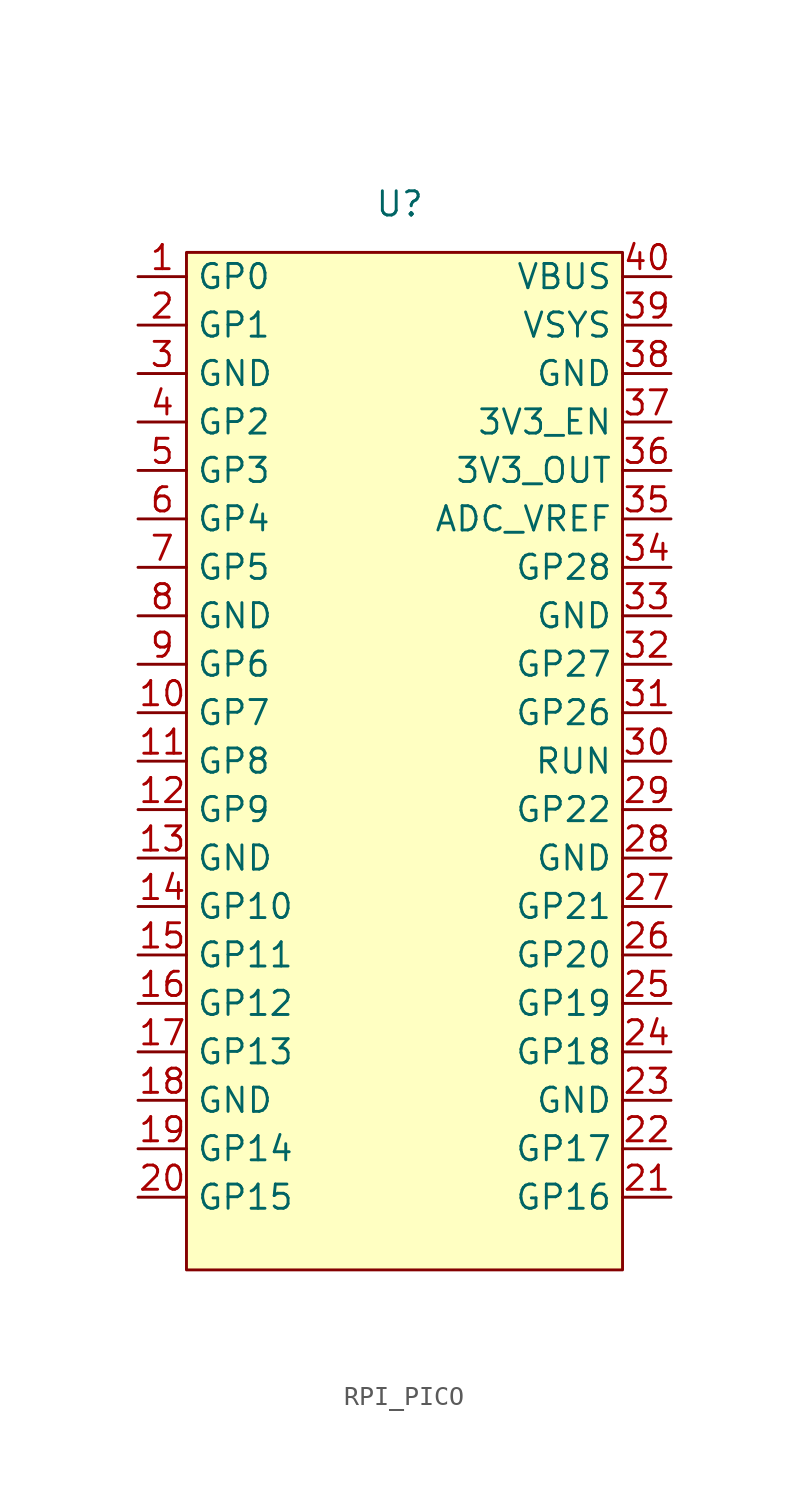
<source format=kicad_sym>
(kicad_symbol_lib
  (version 20231120)
  (generator "kicad_symbol_editor")
  (generator_version "8.0")
  (symbol "RPI_PICO"
    (property "Reference" "U"
      (at -1.524 27.94 0)
      (effects (font (size 1.27 1.27))))
    (property "Value" ""
      (at -5.08 7.62 0)
      (effects (font (size 1.27 1.27))))
    (symbol "RPI_PICO_1_1"
      (rectangle (start -12.7 25.4) (end 10.16 -27.94) (stroke (width 0) (type default)) (fill (type background)))
      (pin bidirectional line (at -15.24 24.13 0) (length 2.54) (name "GP0" (effects (font (size 1.27 1.27)))) (number "1" (effects (font (size 1.27 1.27)))))
      (pin bidirectional line (at -15.24 1.27 0) (length 2.54) (name "GP7" (effects (font (size 1.27 1.27)))) (number "10" (effects (font (size 1.27 1.27)))))
      (pin bidirectional line (at -15.24 -1.27 0) (length 2.54) (name "GP8" (effects (font (size 1.27 1.27)))) (number "11" (effects (font (size 1.27 1.27)))))
      (pin bidirectional line (at -15.24 -3.81 0) (length 2.54) (name "GP9" (effects (font (size 1.27 1.27)))) (number "12" (effects (font (size 1.27 1.27)))))
      (pin power_out line (at -15.24 -6.35 0) (length 2.54) (name "GND" (effects (font (size 1.27 1.27)))) (number "13" (effects (font (size 1.27 1.27)))))
      (pin bidirectional line (at -15.24 -8.89 0) (length 2.54) (name "GP10" (effects (font (size 1.27 1.27)))) (number "14" (effects (font (size 1.27 1.27)))))
      (pin bidirectional line (at -15.24 -11.43 0) (length 2.54) (name "GP11" (effects (font (size 1.27 1.27)))) (number "15" (effects (font (size 1.27 1.27)))))
      (pin bidirectional line (at -15.24 -13.97 0) (length 2.54) (name "GP12" (effects (font (size 1.27 1.27)))) (number "16" (effects (font (size 1.27 1.27)))))
      (pin bidirectional line (at -15.24 -16.51 0) (length 2.54) (name "GP13" (effects (font (size 1.27 1.27)))) (number "17" (effects (font (size 1.27 1.27)))))
      (pin power_out line (at -15.24 -19.05 0) (length 2.54) (name "GND" (effects (font (size 1.27 1.27)))) (number "18" (effects (font (size 1.27 1.27)))))
      (pin bidirectional line (at -15.24 -21.59 0) (length 2.54) (name "GP14" (effects (font (size 1.27 1.27)))) (number "19" (effects (font (size 1.27 1.27)))))
      (pin bidirectional line (at -15.24 21.59 0) (length 2.54) (name "GP1" (effects (font (size 1.27 1.27)))) (number "2" (effects (font (size 1.27 1.27)))))
      (pin bidirectional line (at -15.24 -24.13 0) (length 2.54) (name "GP15" (effects (font (size 1.27 1.27)))) (number "20" (effects (font (size 1.27 1.27)))))
      (pin bidirectional line (at 12.7 -24.13 180) (length 2.54) (name "GP16" (effects (font (size 1.27 1.27)))) (number "21" (effects (font (size 1.27 1.27)))))
      (pin bidirectional line (at 12.7 -21.59 180) (length 2.54) (name "GP17" (effects (font (size 1.27 1.27)))) (number "22" (effects (font (size 1.27 1.27)))))
      (pin power_out line (at 12.7 -19.05 180) (length 2.54) (name "GND" (effects (font (size 1.27 1.27)))) (number "23" (effects (font (size 1.27 1.27)))))
      (pin bidirectional line (at 12.7 -16.51 180) (length 2.54) (name "GP18" (effects (font (size 1.27 1.27)))) (number "24" (effects (font (size 1.27 1.27)))))
      (pin bidirectional line (at 12.7 -13.97 180) (length 2.54) (name "GP19" (effects (font (size 1.27 1.27)))) (number "25" (effects (font (size 1.27 1.27)))))
      (pin bidirectional line (at 12.7 -11.43 180) (length 2.54) (name "GP20" (effects (font (size 1.27 1.27)))) (number "26" (effects (font (size 1.27 1.27)))))
      (pin bidirectional line (at 12.7 -8.89 180) (length 2.54) (name "GP21" (effects (font (size 1.27 1.27)))) (number "27" (effects (font (size 1.27 1.27)))))
      (pin power_out line (at 12.7 -6.35 180) (length 2.54) (name "GND" (effects (font (size 1.27 1.27)))) (number "28" (effects (font (size 1.27 1.27)))))
      (pin bidirectional line (at 12.7 -3.81 180) (length 2.54) (name "GP22" (effects (font (size 1.27 1.27)))) (number "29" (effects (font (size 1.27 1.27)))))
      (pin power_out line (at -15.24 19.05 0) (length 2.54) (name "GND" (effects (font (size 1.27 1.27)))) (number "3" (effects (font (size 1.27 1.27)))))
      (pin bidirectional line (at 12.7 -1.27 180) (length 2.54) (name "RUN" (effects (font (size 1.27 1.27)))) (number "30" (effects (font (size 1.27 1.27)))))
      (pin bidirectional line (at 12.7 1.27 180) (length 2.54) (name "GP26" (effects (font (size 1.27 1.27)))) (number "31" (effects (font (size 1.27 1.27)))))
      (pin bidirectional line (at 12.7 3.81 180) (length 2.54) (name "GP27" (effects (font (size 1.27 1.27)))) (number "32" (effects (font (size 1.27 1.27)))))
      (pin power_out line (at 12.7 6.35 180) (length 2.54) (name "GND" (effects (font (size 1.27 1.27)))) (number "33" (effects (font (size 1.27 1.27)))))
      (pin bidirectional line (at 12.7 8.89 180) (length 2.54) (name "GP28" (effects (font (size 1.27 1.27)))) (number "34" (effects (font (size 1.27 1.27)))))
      (pin bidirectional line (at 12.7 11.43 180) (length 2.54) (name "ADC_VREF" (effects (font (size 1.27 1.27)))) (number "35" (effects (font (size 1.27 1.27)))))
      (pin power_out line (at 12.7 13.97 180) (length 2.54) (name "3V3_OUT" (effects (font (size 1.27 1.27)))) (number "36" (effects (font (size 1.27 1.27)))))
      (pin power_in line (at 12.7 16.51 180) (length 2.54) (name "3V3_EN" (effects (font (size 1.27 1.27)))) (number "37" (effects (font (size 1.27 1.27)))))
      (pin power_in line (at 12.7 19.05 180) (length 2.54) (name "GND" (effects (font (size 1.27 1.27)))) (number "38" (effects (font (size 1.27 1.27)))))
      (pin power_in line (at 12.7 21.59 180) (length 2.54) (name "VSYS" (effects (font (size 1.27 1.27)))) (number "39" (effects (font (size 1.27 1.27)))))
      (pin bidirectional line (at -15.24 16.51 0) (length 2.54) (name "GP2" (effects (font (size 1.27 1.27)))) (number "4" (effects (font (size 1.27 1.27)))))
      (pin power_in line (at 12.7 24.13 180) (length 2.54) (name "VBUS" (effects (font (size 1.27 1.27)))) (number "40" (effects (font (size 1.27 1.27)))))
      (pin bidirectional line (at -15.24 13.97 0) (length 2.54) (name "GP3" (effects (font (size 1.27 1.27)))) (number "5" (effects (font (size 1.27 1.27)))))
      (pin bidirectional line (at -15.24 11.43 0) (length 2.54) (name "GP4" (effects (font (size 1.27 1.27)))) (number "6" (effects (font (size 1.27 1.27)))))
      (pin bidirectional line (at -15.24 8.89 0) (length 2.54) (name "GP5" (effects (font (size 1.27 1.27)))) (number "7" (effects (font (size 1.27 1.27)))))
      (pin power_out line (at -15.24 6.35 0) (length 2.54) (name "GND" (effects (font (size 1.27 1.27)))) (number "8" (effects (font (size 1.27 1.27)))))
      (pin bidirectional line (at -15.24 3.81 0) (length 2.54) (name "GP6" (effects (font (size 1.27 1.27)))) (number "9" (effects (font (size 1.27 1.27))))))))
</source>
